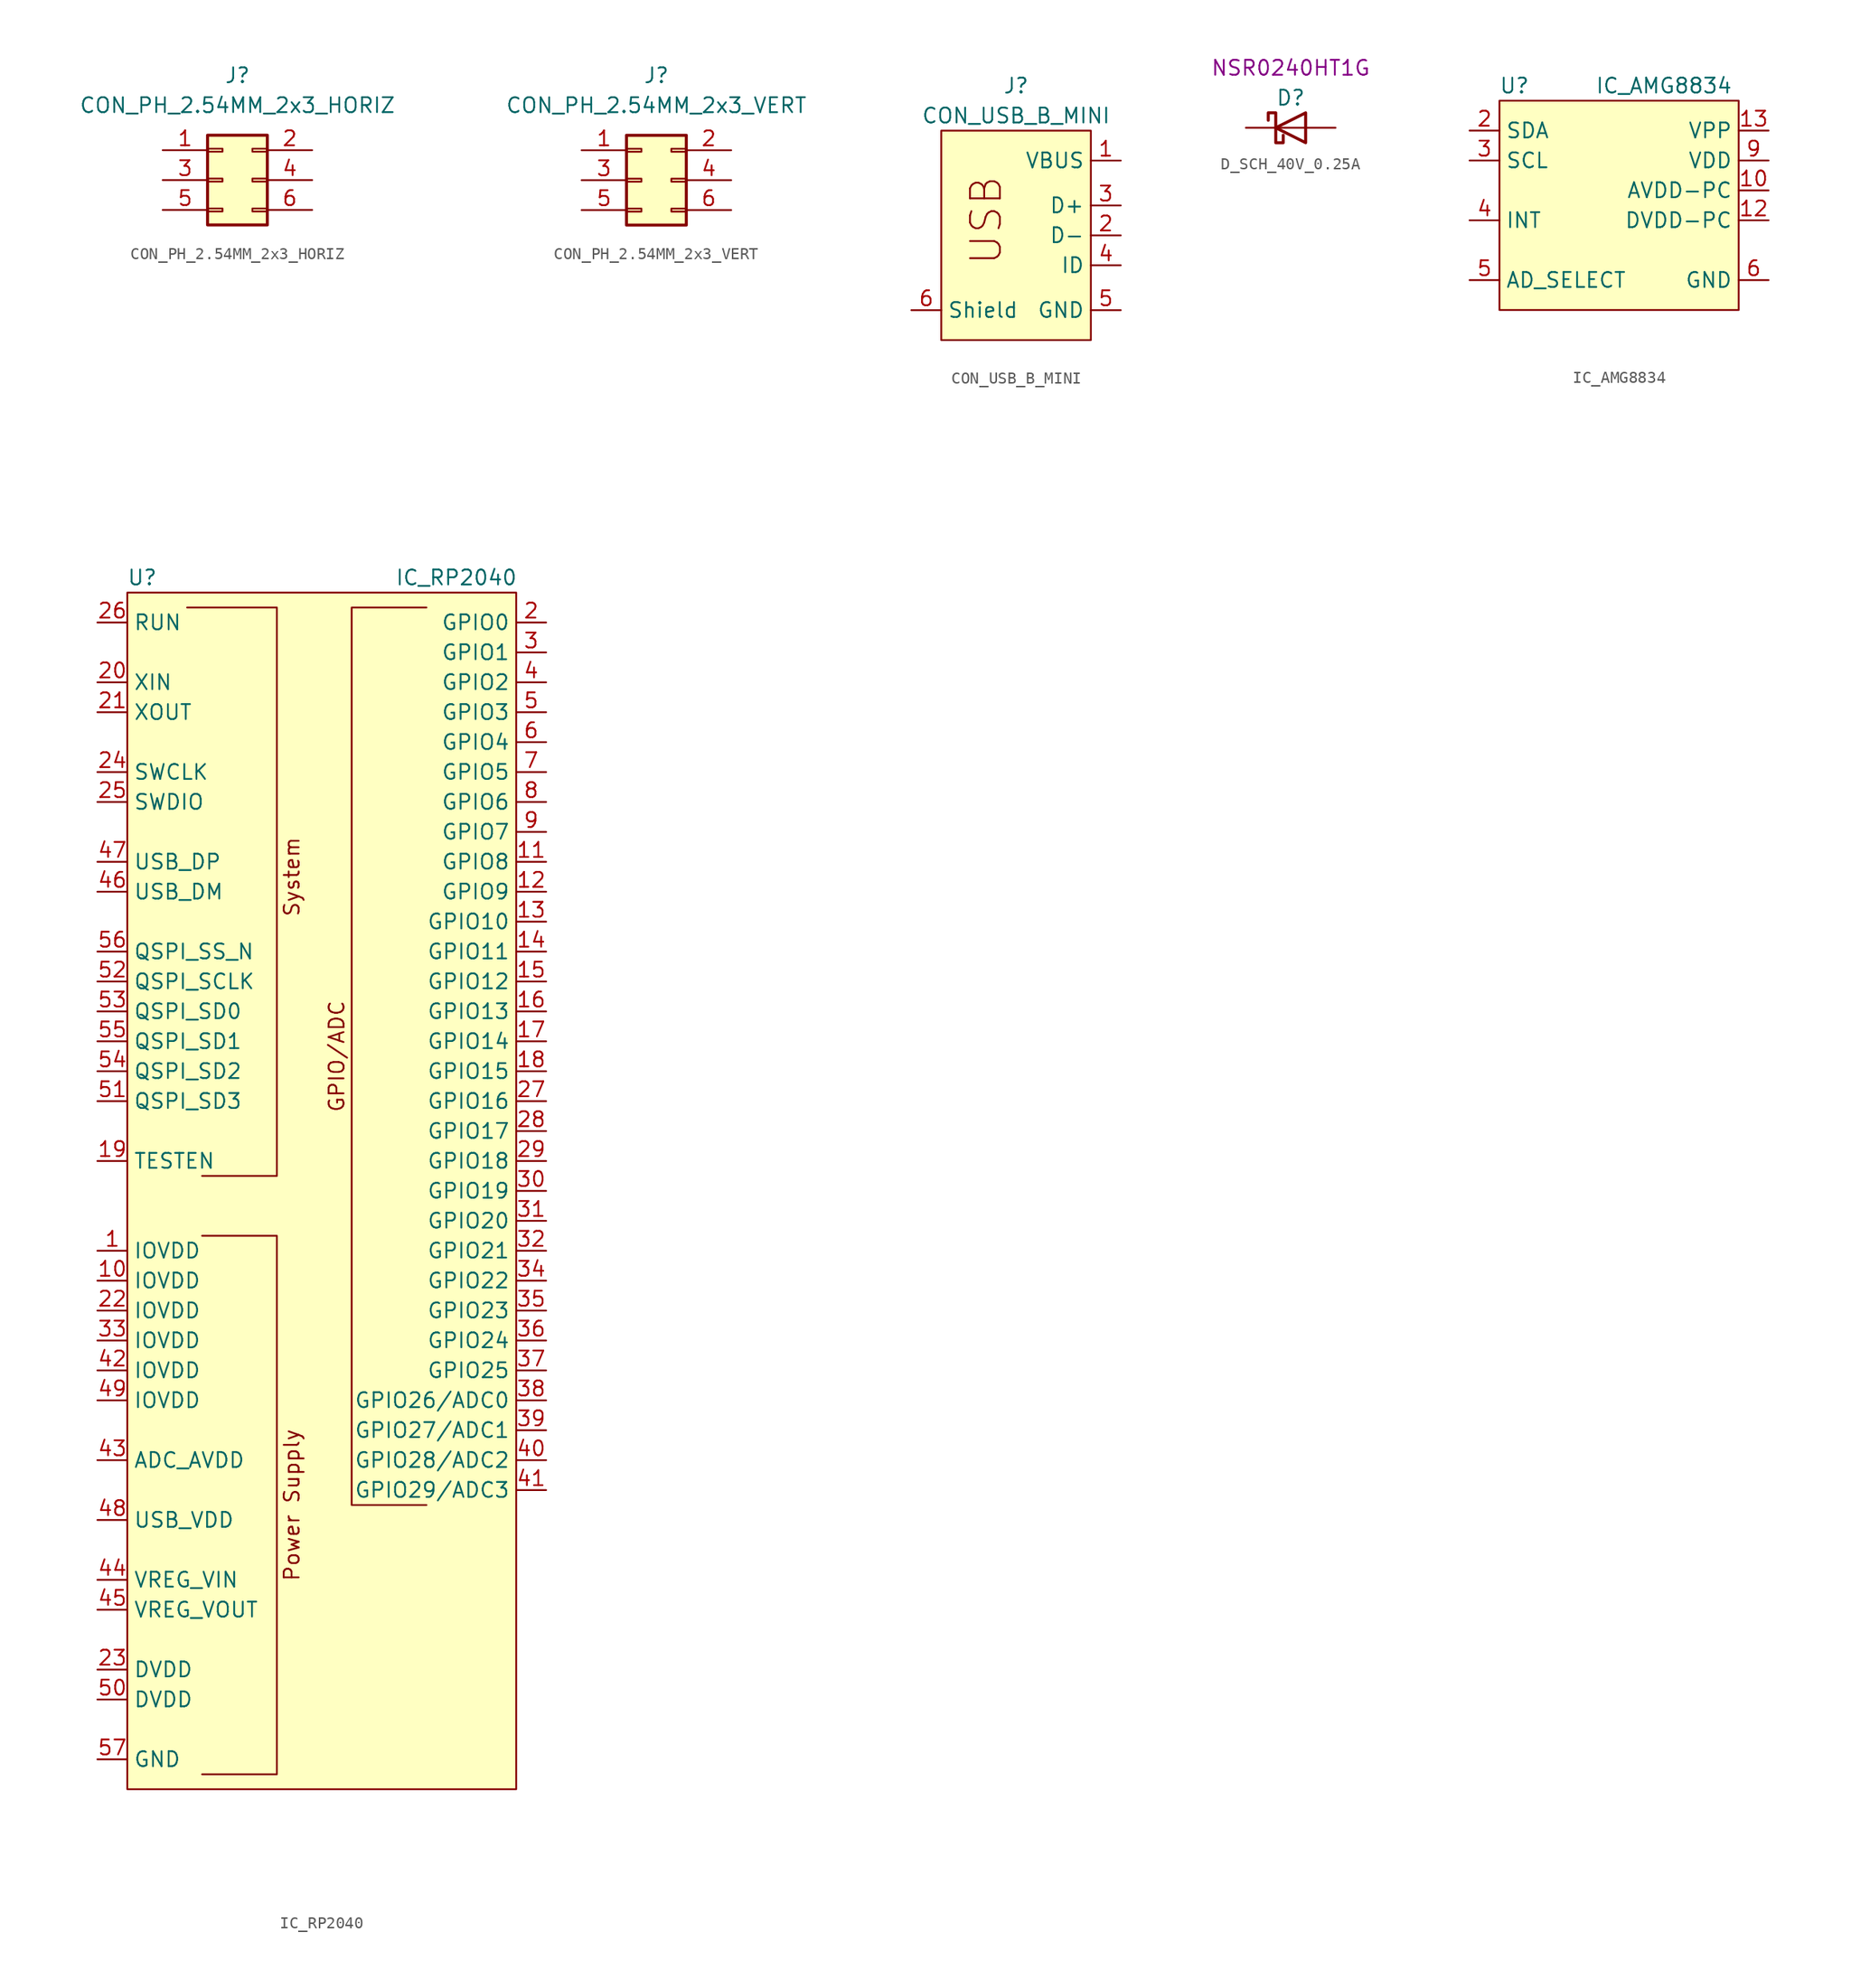
<source format=kicad_sym>
(kicad_symbol_lib
  (version 20220126)
  (generator kicad_symbol_editor)
  (symbol "CON_PH_2.54MM_2x3_HORIZ"
    (property "Reference" "J"
      (at 0 8.89 0)
      (effects (font (size 1.27 1.27))))
    (property "Value" "CON_PH_2.54MM_2x3_HORIZ"
      (at 0 6.35 0)
      (effects (font (size 1.27 1.27))))
    (symbol "CON_PH_2.54MM_2x3_HORIZ_1_1"
      (rectangle (start -2.54 -2.413) (end -1.27 -2.667) (stroke (width 0.152) (type default)) (fill (type none)))
      (rectangle (start -2.54 0.127) (end -1.27 -0.127) (stroke (width 0.152) (type default)) (fill (type none)))
      (rectangle (start -2.54 2.667) (end -1.27 2.413) (stroke (width 0.152) (type default)) (fill (type none)))
      (rectangle (start -2.54 3.81) (end 2.54 -3.81) (stroke (width 0.254) (type default)) (fill (type background)))
      (rectangle (start 2.54 -2.413) (end 1.27 -2.667) (stroke (width 0.152) (type default)) (fill (type none)))
      (rectangle (start 2.54 0.127) (end 1.27 -0.127) (stroke (width 0.152) (type default)) (fill (type none)))
      (rectangle (start 2.54 2.667) (end 1.27 2.413) (stroke (width 0.152) (type default)) (fill (type none)))
      (pin passive line (at -6.35 2.54 0) (length 3.81) (name "" (effects (font (size 1.27 1.27)))) (number "1" (effects (font (size 1.27 1.27)))))
      (pin passive line (at 6.35 2.54 180) (length 3.81) (name "" (effects (font (size 1.27 1.27)))) (number "2" (effects (font (size 1.27 1.27)))))
      (pin passive line (at -6.35 0 0) (length 3.81) (name "" (effects (font (size 1.27 1.27)))) (number "3" (effects (font (size 1.27 1.27)))))
      (pin passive line (at 6.35 0 180) (length 3.81) (name "" (effects (font (size 1.27 1.27)))) (number "4" (effects (font (size 1.27 1.27)))))
      (pin passive line (at -6.35 -2.54 0) (length 3.81) (name "" (effects (font (size 1.27 1.27)))) (number "5" (effects (font (size 1.27 1.27)))))
      (pin passive line (at 6.35 -2.54 180) (length 3.81) (name "" (effects (font (size 1.27 1.27)))) (number "6" (effects (font (size 1.27 1.27)))))))
  (symbol "CON_PH_2.54MM_2x3_VERT"
    (property "Reference" "J"
      (at 0 8.89 0)
      (effects (font (size 1.27 1.27))))
    (property "Value" "CON_PH_2.54MM_2x3_VERT"
      (at 0 6.35 0)
      (effects (font (size 1.27 1.27))))
    (symbol "CON_PH_2.54MM_2x3_VERT_1_1"
      (rectangle (start -2.54 -2.413) (end -1.27 -2.667) (stroke (width 0.152) (type default)) (fill (type none)))
      (rectangle (start -2.54 0.127) (end -1.27 -0.127) (stroke (width 0.152) (type default)) (fill (type none)))
      (rectangle (start -2.54 2.667) (end -1.27 2.413) (stroke (width 0.152) (type default)) (fill (type none)))
      (rectangle (start -2.54 3.81) (end 2.54 -3.81) (stroke (width 0.254) (type default)) (fill (type background)))
      (rectangle (start 2.54 -2.413) (end 1.27 -2.667) (stroke (width 0.152) (type default)) (fill (type none)))
      (rectangle (start 2.54 0.127) (end 1.27 -0.127) (stroke (width 0.152) (type default)) (fill (type none)))
      (rectangle (start 2.54 2.667) (end 1.27 2.413) (stroke (width 0.152) (type default)) (fill (type none)))
      (pin passive line (at -6.35 2.54 0) (length 3.81) (name "" (effects (font (size 1.27 1.27)))) (number "1" (effects (font (size 1.27 1.27)))))
      (pin passive line (at 6.35 2.54 180) (length 3.81) (name "" (effects (font (size 1.27 1.27)))) (number "2" (effects (font (size 1.27 1.27)))))
      (pin passive line (at -6.35 0 0) (length 3.81) (name "" (effects (font (size 1.27 1.27)))) (number "3" (effects (font (size 1.27 1.27)))))
      (pin passive line (at 6.35 0 180) (length 3.81) (name "" (effects (font (size 1.27 1.27)))) (number "4" (effects (font (size 1.27 1.27)))))
      (pin passive line (at -6.35 -2.54 0) (length 3.81) (name "" (effects (font (size 1.27 1.27)))) (number "5" (effects (font (size 1.27 1.27)))))
      (pin passive line (at 6.35 -2.54 180) (length 3.81) (name "" (effects (font (size 1.27 1.27)))) (number "6" (effects (font (size 1.27 1.27)))))))
  (symbol "CON_USB_B_MINI"
    (property "Reference" "J"
      (at 0 11.43 0)
      (effects (font (size 1.27 1.27))))
    (property "Value" "CON_USB_B_MINI"
      (at 0 8.89 0)
      (effects (font (size 1.27 1.27))))
    (symbol "CON_USB_B_MINI_0_0"
      (text "USB" (at -2.54 0 900) (effects (font (size 2.54 2.54)))))
    (symbol "CON_USB_B_MINI_0_1"
      (rectangle (start -6.35 7.62) (end 6.35 -10.16) (stroke (width 0) (type default)) (fill (type background))))
    (symbol "CON_USB_B_MINI_1_1"
      (pin power_out line (at 8.89 5.08 180) (length 2.54) (name "VBUS" (effects (font (size 1.27 1.27)))) (number "1" (effects (font (size 1.27 1.27)))))
      (pin bidirectional line (at 8.89 -1.27 180) (length 2.54) (name "D-" (effects (font (size 1.27 1.27)))) (number "2" (effects (font (size 1.27 1.27)))))
      (pin bidirectional line (at 8.89 1.27 180) (length 2.54) (name "D+" (effects (font (size 1.27 1.27)))) (number "3" (effects (font (size 1.27 1.27)))))
      (pin passive line (at 8.89 -3.81 180) (length 2.54) (name "ID" (effects (font (size 1.27 1.27)))) (number "4" (effects (font (size 1.27 1.27)))))
      (pin power_out line (at 8.89 -7.62 180) (length 2.54) (name "GND" (effects (font (size 1.27 1.27)))) (number "5" (effects (font (size 1.27 1.27)))))
      (pin passive line (at -8.89 -7.62 0) (length 2.54) (name "Shield" (effects (font (size 1.27 1.27)))) (number "6" (effects (font (size 1.27 1.27)))))))
  (symbol "D_SCH_40V_0.25A"
    (pin_numbers hide)
    (pin_names
      (offset 1.016) hide)
    (property "Reference" "D"
      (at 0 2.54 0)
      (effects (font (size 1.27 1.27))))
    (property "PN" "NSR0240HT1G"
      (at 0 5.08 0)
      (effects (font (size 1.27 1.27))))
    (symbol "D_SCH_40V_0.25A_0_1"
      (polyline (pts (xy 1.27 0) (xy -1.27 0)) (stroke (width 0) (type default)) (fill (type none)))
      (polyline (pts (xy 1.27 1.27) (xy 1.27 -1.27) (xy -1.27 0) (xy 1.27 1.27)) (stroke (width 0.254) (type default)) (fill (type none)))
      (polyline (pts (xy -1.905 0.635) (xy -1.905 1.27) (xy -1.27 1.27) (xy -1.27 -1.27) (xy -0.635 -1.27) (xy -0.635 -0.635)) (stroke (width 0.254) (type default)) (fill (type none))))
    (symbol "D_SCH_40V_0.25A_1_1"
      (pin passive line (at -3.81 0 0) (length 2.54) (name "K" (effects (font (size 1.27 1.27)))) (number "1" (effects (font (size 1.27 1.27)))))
      (pin passive line (at 3.81 0 180) (length 2.54) (name "A" (effects (font (size 1.27 1.27)))) (number "2" (effects (font (size 1.27 1.27)))))))
  (symbol "IC_AMG8834"
    (property "Reference" "U"
      (at -8.89 10.16 0)
      (effects (font (size 1.27 1.27))))
    (property "Value" "IC_AMG8834"
      (at 3.81 10.16 0)
      (effects (font (size 1.27 1.27))))
    (symbol "IC_AMG8834_0_1"
      (rectangle (start -10.16 8.89) (end 10.16 -8.89) (stroke (width 0) (type default)) (fill (type background))))
    (symbol "IC_AMG8834_1_1"
      (pin no_connect line (at -3.81 -11.43 90) (length 2.54) hide (name "NC" (effects (font (size 1.27 1.27)))) (number "1" (effects (font (size 1.27 1.27)))))
      (pin power_in line (at 12.7 1.27 180) (length 2.54) (name "AVDD-PC" (effects (font (size 1.27 1.27)))) (number "10" (effects (font (size 1.27 1.27)))))
      (pin no_connect line (at 3.81 -11.43 90) (length 2.54) hide (name "NC" (effects (font (size 1.27 1.27)))) (number "11" (effects (font (size 1.27 1.27)))))
      (pin power_in line (at 12.7 -1.27 180) (length 2.54) (name "DVDD-PC" (effects (font (size 1.27 1.27)))) (number "12" (effects (font (size 1.27 1.27)))))
      (pin power_in line (at 12.7 6.35 180) (length 2.54) (name "VPP" (effects (font (size 1.27 1.27)))) (number "13" (effects (font (size 1.27 1.27)))))
      (pin bidirectional line (at -12.7 6.35 0) (length 2.54) (name "SDA" (effects (font (size 1.27 1.27)))) (number "2" (effects (font (size 1.27 1.27)))))
      (pin bidirectional line (at -12.7 3.81 0) (length 2.54) (name "SCL" (effects (font (size 1.27 1.27)))) (number "3" (effects (font (size 1.27 1.27)))))
      (pin open_collector line (at -12.7 -1.27 0) (length 2.54) (name "INT" (effects (font (size 1.27 1.27)))) (number "4" (effects (font (size 1.27 1.27)))))
      (pin input line (at -12.7 -6.35 0) (length 2.54) (name "AD_SELECT" (effects (font (size 1.27 1.27)))) (number "5" (effects (font (size 1.27 1.27)))))
      (pin power_in line (at 12.7 -6.35 180) (length 2.54) (name "GND" (effects (font (size 1.27 1.27)))) (number "6" (effects (font (size 1.27 1.27)))))
      (pin no_connect line (at -1.27 -11.43 90) (length 2.54) hide (name "NC" (effects (font (size 1.27 1.27)))) (number "7" (effects (font (size 1.27 1.27)))))
      (pin no_connect line (at 1.27 -11.43 90) (length 2.54) hide (name "NC" (effects (font (size 1.27 1.27)))) (number "8" (effects (font (size 1.27 1.27)))))
      (pin power_in line (at 12.7 3.81 180) (length 2.54) (name "VDD" (effects (font (size 1.27 1.27)))) (number "9" (effects (font (size 1.27 1.27)))))))
  (symbol "IC_RP2040"
    (property "Reference" "U"
      (at -15.24 50.8 0)
      (effects (font (size 1.27 1.27))))
    (property "Value" "IC_RP2040"
      (at 11.43 50.8 0)
      (effects (font (size 1.27 1.27))))
    (symbol "IC_RP2040_0_0"
      (polyline (pts (xy -10.16 0) (xy -3.81 0) (xy -3.81 48.26) (xy -11.43 48.26)) (stroke (width 0) (type default)) (fill (type none)))
      (polyline (pts (xy 8.89 -27.94) (xy 2.54 -27.94) (xy 2.54 48.26) (xy 8.89 48.26)) (stroke (width 0) (type default)) (fill (type none)))
      (text "GPIO/ADC" (at 1.27 10.16 900) (effects (font (size 1.27 1.27))))
      (text "Power Supply" (at -2.54 -27.94 900) (effects (font (size 1.27 1.27))))
      (text "System\n" (at -2.54 25.4 900) (effects (font (size 1.27 1.27)))))
    (symbol "IC_RP2040_0_1"
      (rectangle (start -16.51 49.53) (end 16.51 -52.07) (stroke (width 0) (type default)) (fill (type background)))
      (polyline (pts (xy -10.16 -50.8) (xy -3.81 -50.8) (xy -3.81 -5.08) (xy -10.16 -5.08)) (stroke (width 0) (type default)) (fill (type none))))
    (symbol "IC_RP2040_1_1"
      (pin power_in line (at -19.05 -6.35 0) (length 2.54) (name "IOVDD" (effects (font (size 1.27 1.27)))) (number "1" (effects (font (size 1.27 1.27)))))
      (pin power_in line (at -19.05 -8.89 0) (length 2.54) (name "IOVDD" (effects (font (size 1.27 1.27)))) (number "10" (effects (font (size 1.27 1.27)))))
      (pin bidirectional line (at 19.05 26.67 180) (length 2.54) (name "GPIO8" (effects (font (size 1.27 1.27)))) (number "11" (effects (font (size 1.27 1.27)))))
      (pin bidirectional line (at 19.05 24.13 180) (length 2.54) (name "GPIO9" (effects (font (size 1.27 1.27)))) (number "12" (effects (font (size 1.27 1.27)))))
      (pin bidirectional line (at 19.05 21.59 180) (length 2.54) (name "GPIO10" (effects (font (size 1.27 1.27)))) (number "13" (effects (font (size 1.27 1.27)))))
      (pin bidirectional line (at 19.05 19.05 180) (length 2.54) (name "GPIO11" (effects (font (size 1.27 1.27)))) (number "14" (effects (font (size 1.27 1.27)))))
      (pin bidirectional line (at 19.05 16.51 180) (length 2.54) (name "GPIO12" (effects (font (size 1.27 1.27)))) (number "15" (effects (font (size 1.27 1.27)))))
      (pin bidirectional line (at 19.05 13.97 180) (length 2.54) (name "GPIO13" (effects (font (size 1.27 1.27)))) (number "16" (effects (font (size 1.27 1.27)))))
      (pin bidirectional line (at 19.05 11.43 180) (length 2.54) (name "GPIO14" (effects (font (size 1.27 1.27)))) (number "17" (effects (font (size 1.27 1.27)))))
      (pin bidirectional line (at 19.05 8.89 180) (length 2.54) (name "GPIO15" (effects (font (size 1.27 1.27)))) (number "18" (effects (font (size 1.27 1.27)))))
      (pin passive line (at -19.05 1.27 0) (length 2.54) (name "TESTEN" (effects (font (size 1.27 1.27)))) (number "19" (effects (font (size 1.27 1.27)))))
      (pin bidirectional line (at 19.05 46.99 180) (length 2.54) (name "GPIO0" (effects (font (size 1.27 1.27)))) (number "2" (effects (font (size 1.27 1.27)))))
      (pin passive line (at -19.05 41.91 0) (length 2.54) (name "XIN" (effects (font (size 1.27 1.27)))) (number "20" (effects (font (size 1.27 1.27)))))
      (pin passive line (at -19.05 39.37 0) (length 2.54) (name "XOUT" (effects (font (size 1.27 1.27)))) (number "21" (effects (font (size 1.27 1.27)))))
      (pin power_in line (at -19.05 -11.43 0) (length 2.54) (name "IOVDD" (effects (font (size 1.27 1.27)))) (number "22" (effects (font (size 1.27 1.27)))))
      (pin power_in line (at -19.05 -41.91 0) (length 2.54) (name "DVDD" (effects (font (size 1.27 1.27)))) (number "23" (effects (font (size 1.27 1.27)))))
      (pin bidirectional line (at -19.05 34.29 0) (length 2.54) (name "SWCLK" (effects (font (size 1.27 1.27)))) (number "24" (effects (font (size 1.27 1.27)))))
      (pin bidirectional line (at -19.05 31.75 0) (length 2.54) (name "SWDIO" (effects (font (size 1.27 1.27)))) (number "25" (effects (font (size 1.27 1.27)))))
      (pin input line (at -19.05 46.99 0) (length 2.54) (name "RUN" (effects (font (size 1.27 1.27)))) (number "26" (effects (font (size 1.27 1.27)))))
      (pin bidirectional line (at 19.05 6.35 180) (length 2.54) (name "GPIO16" (effects (font (size 1.27 1.27)))) (number "27" (effects (font (size 1.27 1.27)))))
      (pin bidirectional line (at 19.05 3.81 180) (length 2.54) (name "GPIO17" (effects (font (size 1.27 1.27)))) (number "28" (effects (font (size 1.27 1.27)))))
      (pin bidirectional line (at 19.05 1.27 180) (length 2.54) (name "GPIO18" (effects (font (size 1.27 1.27)))) (number "29" (effects (font (size 1.27 1.27)))))
      (pin bidirectional line (at 19.05 44.45 180) (length 2.54) (name "GPIO1" (effects (font (size 1.27 1.27)))) (number "3" (effects (font (size 1.27 1.27)))))
      (pin bidirectional line (at 19.05 -1.27 180) (length 2.54) (name "GPIO19" (effects (font (size 1.27 1.27)))) (number "30" (effects (font (size 1.27 1.27)))))
      (pin bidirectional line (at 19.05 -3.81 180) (length 2.54) (name "GPIO20" (effects (font (size 1.27 1.27)))) (number "31" (effects (font (size 1.27 1.27)))))
      (pin bidirectional line (at 19.05 -6.35 180) (length 2.54) (name "GPIO21" (effects (font (size 1.27 1.27)))) (number "32" (effects (font (size 1.27 1.27)))))
      (pin power_in line (at -19.05 -13.97 0) (length 2.54) (name "IOVDD" (effects (font (size 1.27 1.27)))) (number "33" (effects (font (size 1.27 1.27)))))
      (pin bidirectional line (at 19.05 -8.89 180) (length 2.54) (name "GPIO22" (effects (font (size 1.27 1.27)))) (number "34" (effects (font (size 1.27 1.27)))))
      (pin bidirectional line (at 19.05 -11.43 180) (length 2.54) (name "GPIO23" (effects (font (size 1.27 1.27)))) (number "35" (effects (font (size 1.27 1.27)))))
      (pin bidirectional line (at 19.05 -13.97 180) (length 2.54) (name "GPIO24" (effects (font (size 1.27 1.27)))) (number "36" (effects (font (size 1.27 1.27)))))
      (pin bidirectional line (at 19.05 -16.51 180) (length 2.54) (name "GPIO25" (effects (font (size 1.27 1.27)))) (number "37" (effects (font (size 1.27 1.27)))))
      (pin bidirectional line (at 19.05 -19.05 180) (length 2.54) (name "GPIO26/ADC0" (effects (font (size 1.27 1.27)))) (number "38" (effects (font (size 1.27 1.27)))))
      (pin bidirectional line (at 19.05 -21.59 180) (length 2.54) (name "GPIO27/ADC1" (effects (font (size 1.27 1.27)))) (number "39" (effects (font (size 1.27 1.27)))))
      (pin bidirectional line (at 19.05 41.91 180) (length 2.54) (name "GPIO2" (effects (font (size 1.27 1.27)))) (number "4" (effects (font (size 1.27 1.27)))))
      (pin bidirectional line (at 19.05 -24.13 180) (length 2.54) (name "GPIO28/ADC2" (effects (font (size 1.27 1.27)))) (number "40" (effects (font (size 1.27 1.27)))))
      (pin bidirectional line (at 19.05 -26.67 180) (length 2.54) (name "GPIO29/ADC3" (effects (font (size 1.27 1.27)))) (number "41" (effects (font (size 1.27 1.27)))))
      (pin power_in line (at -19.05 -16.51 0) (length 2.54) (name "IOVDD" (effects (font (size 1.27 1.27)))) (number "42" (effects (font (size 1.27 1.27)))))
      (pin power_in line (at -19.05 -24.13 0) (length 2.54) (name "ADC_AVDD" (effects (font (size 1.27 1.27)))) (number "43" (effects (font (size 1.27 1.27)))))
      (pin power_in line (at -19.05 -34.29 0) (length 2.54) (name "VREG_VIN" (effects (font (size 1.27 1.27)))) (number "44" (effects (font (size 1.27 1.27)))))
      (pin power_out line (at -19.05 -36.83 0) (length 2.54) (name "VREG_VOUT" (effects (font (size 1.27 1.27)))) (number "45" (effects (font (size 1.27 1.27)))))
      (pin bidirectional line (at -19.05 24.13 0) (length 2.54) (name "USB_DM" (effects (font (size 1.27 1.27)))) (number "46" (effects (font (size 1.27 1.27)))))
      (pin bidirectional line (at -19.05 26.67 0) (length 2.54) (name "USB_DP" (effects (font (size 1.27 1.27)))) (number "47" (effects (font (size 1.27 1.27)))))
      (pin power_in line (at -19.05 -29.21 0) (length 2.54) (name "USB_VDD" (effects (font (size 1.27 1.27)))) (number "48" (effects (font (size 1.27 1.27)))))
      (pin power_in line (at -19.05 -19.05 0) (length 2.54) (name "IOVDD" (effects (font (size 1.27 1.27)))) (number "49" (effects (font (size 1.27 1.27)))))
      (pin bidirectional line (at 19.05 39.37 180) (length 2.54) (name "GPIO3" (effects (font (size 1.27 1.27)))) (number "5" (effects (font (size 1.27 1.27)))))
      (pin power_in line (at -19.05 -44.45 0) (length 2.54) (name "DVDD" (effects (font (size 1.27 1.27)))) (number "50" (effects (font (size 1.27 1.27)))))
      (pin bidirectional line (at -19.05 6.35 0) (length 2.54) (name "QSPI_SD3" (effects (font (size 1.27 1.27)))) (number "51" (effects (font (size 1.27 1.27)))))
      (pin bidirectional line (at -19.05 16.51 0) (length 2.54) (name "QSPI_SCLK" (effects (font (size 1.27 1.27)))) (number "52" (effects (font (size 1.27 1.27)))))
      (pin bidirectional line (at -19.05 13.97 0) (length 2.54) (name "QSPI_SD0" (effects (font (size 1.27 1.27)))) (number "53" (effects (font (size 1.27 1.27)))))
      (pin bidirectional line (at -19.05 8.89 0) (length 2.54) (name "QSPI_SD2" (effects (font (size 1.27 1.27)))) (number "54" (effects (font (size 1.27 1.27)))))
      (pin bidirectional line (at -19.05 11.43 0) (length 2.54) (name "QSPI_SD1" (effects (font (size 1.27 1.27)))) (number "55" (effects (font (size 1.27 1.27)))))
      (pin bidirectional line (at -19.05 19.05 0) (length 2.54) (name "QSPI_SS_N" (effects (font (size 1.27 1.27)))) (number "56" (effects (font (size 1.27 1.27)))))
      (pin power_in line (at -19.05 -49.53 0) (length 2.54) (name "GND" (effects (font (size 1.27 1.27)))) (number "57" (effects (font (size 1.27 1.27)))))
      (pin bidirectional line (at 19.05 36.83 180) (length 2.54) (name "GPIO4" (effects (font (size 1.27 1.27)))) (number "6" (effects (font (size 1.27 1.27)))))
      (pin bidirectional line (at 19.05 34.29 180) (length 2.54) (name "GPIO5" (effects (font (size 1.27 1.27)))) (number "7" (effects (font (size 1.27 1.27)))))
      (pin bidirectional line (at 19.05 31.75 180) (length 2.54) (name "GPIO6" (effects (font (size 1.27 1.27)))) (number "8" (effects (font (size 1.27 1.27)))))
      (pin bidirectional line (at 19.05 29.21 180) (length 2.54) (name "GPIO7" (effects (font (size 1.27 1.27)))) (number "9" (effects (font (size 1.27 1.27))))))))
</source>
